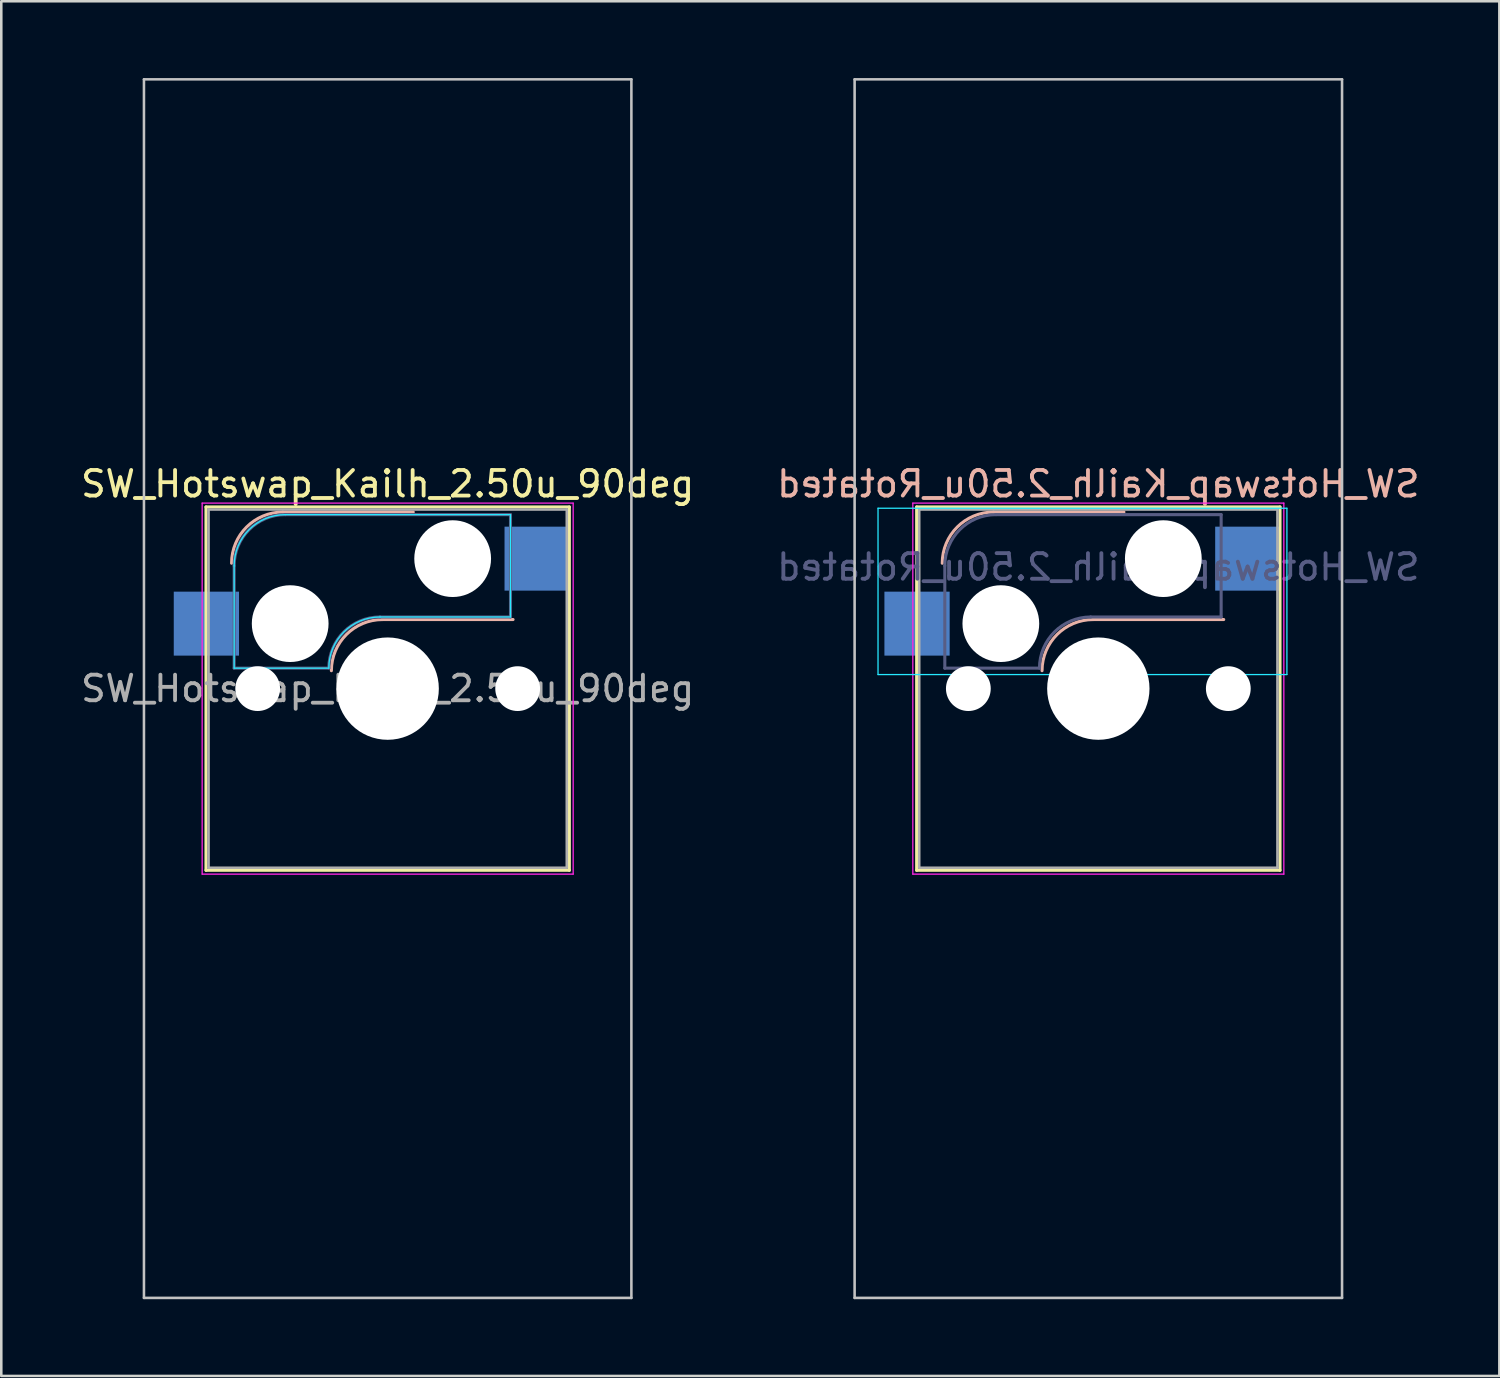
<source format=kicad_pcb>
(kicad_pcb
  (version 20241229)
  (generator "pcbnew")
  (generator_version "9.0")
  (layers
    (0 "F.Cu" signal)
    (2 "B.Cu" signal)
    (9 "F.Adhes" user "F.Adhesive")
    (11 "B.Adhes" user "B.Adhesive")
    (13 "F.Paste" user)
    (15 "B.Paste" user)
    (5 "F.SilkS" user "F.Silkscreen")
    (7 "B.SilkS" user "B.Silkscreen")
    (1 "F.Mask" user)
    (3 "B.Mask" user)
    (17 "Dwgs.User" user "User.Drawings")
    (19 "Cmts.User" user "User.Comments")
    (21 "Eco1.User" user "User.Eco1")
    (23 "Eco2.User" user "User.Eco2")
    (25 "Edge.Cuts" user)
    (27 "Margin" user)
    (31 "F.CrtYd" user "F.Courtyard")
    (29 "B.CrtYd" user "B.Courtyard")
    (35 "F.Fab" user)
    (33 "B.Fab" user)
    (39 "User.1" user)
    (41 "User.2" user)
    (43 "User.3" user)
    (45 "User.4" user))
  (footprint "SW_Hotswap_Kailh_2.50u_Rotated"
    (layer "F.Cu")
    (at 39.875 23.863)
    (property "Reference" "SW_Hotswap_Kailh_2.50u_Rotated" (at 0 -8 0) (layer "B.SilkS") (effects (font (size 1 1) (thickness 0.15)) (justify mirror)))
    (attr smd)
    (fp_line (start -7.1 -7.1) (end -7.1 7.1) (stroke (width 0.12) (type solid)) (layer "F.SilkS"))
    (fp_line (start -7.1 7.1) (end 7.1 7.1) (stroke (width 0.12) (type solid)) (layer "F.SilkS"))
    (fp_line (start 7.1 -7.1) (end -7.1 -7.1) (stroke (width 0.12) (type solid)) (layer "F.SilkS"))
    (fp_line (start 7.1 7.1) (end 7.1 -7.1) (stroke (width 0.12) (type solid)) (layer "F.SilkS"))
    (fp_line (start -4.1 -6.9) (end 1 -6.9) (stroke (width 0.12) (type solid)) (layer "B.SilkS"))
    (fp_line (start -0.2 -2.7) (end 4.9 -2.7) (stroke (width 0.12) (type solid)) (layer "B.SilkS"))
    (fp_arc (start -6.1 -4.9) (mid -5.514214 -6.314214) (end -4.1 -6.9) (stroke (width 0.12) (type solid)) (layer "B.SilkS"))
    (fp_arc (start -2.2 -0.7) (mid -1.614214 -2.114214) (end -0.2 -2.7) (stroke (width 0.12) (type solid)) (layer "B.SilkS"))
    (fp_line (start -9.525 -23.812) (end -9.525 23.812) (stroke (width 0.1) (type solid)) (layer "Dwgs.User"))
    (fp_line (start -9.525 23.812) (end 9.525 23.812) (stroke (width 0.1) (type solid)) (layer "Dwgs.User"))
    (fp_line (start 9.525 -23.812) (end -9.525 -23.812) (stroke (width 0.1) (type solid)) (layer "Dwgs.User"))
    (fp_line (start 9.525 23.812) (end 9.525 -23.812) (stroke (width 0.1) (type solid)) (layer "Dwgs.User"))
    (fp_line (start -8.61 -7.05) (end -8.61 -0.55) (stroke (width 0.05) (type solid)) (layer "B.CrtYd"))
    (fp_line (start -8.61 -0.55) (end 7.37 -0.55) (stroke (width 0.05) (type solid)) (layer "B.CrtYd"))
    (fp_line (start 7.37 -7.05) (end -8.61 -7.05) (stroke (width 0.05) (type solid)) (layer "B.CrtYd"))
    (fp_line (start 7.37 -0.55) (end 7.37 -7.05) (stroke (width 0.05) (type solid)) (layer "B.CrtYd"))
    (fp_line (start -7.25 -7.25) (end -7.25 7.25) (stroke (width 0.05) (type solid)) (layer "F.CrtYd"))
    (fp_line (start -7.25 7.25) (end 7.25 7.25) (stroke (width 0.05) (type solid)) (layer "F.CrtYd"))
    (fp_line (start 7.25 -7.25) (end -7.25 -7.25) (stroke (width 0.05) (type solid)) (layer "F.CrtYd"))
    (fp_line (start 7.25 7.25) (end 7.25 -7.25) (stroke (width 0.05) (type solid)) (layer "F.CrtYd"))
    (fp_line (start -6 -0.8) (end -6 -4.8) (stroke (width 0.12) (type solid)) (layer "B.Fab"))
    (fp_line (start -6 -0.8) (end -2.3 -0.8) (stroke (width 0.12) (type solid)) (layer "B.Fab"))
    (fp_line (start -4 -6.8) (end 4.8 -6.8) (stroke (width 0.12) (type solid)) (layer "B.Fab"))
    (fp_line (start -0.3 -2.8) (end 4.8 -2.8) (stroke (width 0.12) (type solid)) (layer "B.Fab"))
    (fp_line (start 4.8 -6.8) (end 4.8 -2.8) (stroke (width 0.12) (type solid)) (layer "B.Fab"))
    (fp_arc (start -6 -4.8) (mid -5.414214 -6.214214) (end -4 -6.8) (stroke (width 0.12) (type solid)) (layer "B.Fab"))
    (fp_arc (start -2.3 -0.8) (mid -1.714214 -2.214214) (end -0.3 -2.8) (stroke (width 0.12) (type solid)) (layer "B.Fab"))
    (fp_line (start -7 -7) (end -7 7) (stroke (width 0.1) (type solid)) (layer "F.Fab"))
    (fp_line (start -7 7) (end 7 7) (stroke (width 0.1) (type solid)) (layer "F.Fab"))
    (fp_line (start 7 -7) (end -7 -7) (stroke (width 0.1) (type solid)) (layer "F.Fab"))
    (fp_line (start 7 7) (end 7 -7) (stroke (width 0.1) (type solid)) (layer "F.Fab"))
    (fp_text user "${REFERENCE}" (at 0 -4.75 0) (layer "B.Fab") (effects (font (size 1 1) (thickness 0.15)) (justify mirror)))
    (pad "" np_thru_hole circle (at -5.08 0) (size 1.75 1.75) (drill 1.75) (layers "*.Cu" "*.Mask"))
    (pad "" np_thru_hole circle (at -3.81 -2.54) (size 3 3) (drill 3) (layers "*.Cu" "*.Mask"))
    (pad "" np_thru_hole circle (at 0 0) (size 4 4) (drill 4) (layers "*.Cu" "*.Mask"))
    (pad "" np_thru_hole circle (at 2.54 -5.08) (size 3 3) (drill 3) (layers "*.Cu" "*.Mask"))
    (pad "" np_thru_hole circle (at 5.08 0) (size 1.75 1.75) (drill 1.75) (layers "*.Cu" "*.Mask"))
    (pad "1" smd rect (at -7.085 -2.54) (size 2.55 2.5) (layers "B.Cu" "B.Mask" "B.Paste"))
    (pad "2" smd rect (at 5.842 -5.08) (size 2.55 2.5) (layers "B.Cu" "B.Mask" "B.Paste")))
  (footprint "SW_Hotswap_Kailh_2.50u_90deg"
    (layer "F.Cu")
    (at 12.101 23.863)
    (property "Reference" "SW_Hotswap_Kailh_2.50u_90deg" (at 0 -8 0) (layer "F.SilkS") (effects (font (size 1 1) (thickness 0.15))))
    (attr smd)
    (fp_line (start -7.1 -7.1) (end -7.1 7.1) (stroke (width 0.12) (type solid)) (layer "F.SilkS"))
    (fp_line (start -7.1 7.1) (end 7.1 7.1) (stroke (width 0.12) (type solid)) (layer "F.SilkS"))
    (fp_line (start 7.1 -7.1) (end -7.1 -7.1) (stroke (width 0.12) (type solid)) (layer "F.SilkS"))
    (fp_line (start 7.1 7.1) (end 7.1 -7.1) (stroke (width 0.12) (type solid)) (layer "F.SilkS"))
    (fp_line (start -4.1 -6.9) (end 1 -6.9) (stroke (width 0.12) (type solid)) (layer "B.SilkS"))
    (fp_line (start -0.2 -2.7) (end 4.9 -2.7) (stroke (width 0.12) (type solid)) (layer "B.SilkS"))
    (fp_arc (start -6.1 -4.9) (mid -5.514214 -6.314214) (end -4.1 -6.9) (stroke (width 0.12) (type solid)) (layer "B.SilkS"))
    (fp_arc (start -2.2 -0.7) (mid -1.614214 -2.114214) (end -0.2 -2.7) (stroke (width 0.12) (type solid)) (layer "B.SilkS"))
    (fp_line (start -9.525 -23.812) (end 9.525 -23.812) (stroke (width 0.1) (type solid)) (layer "Dwgs.User"))
    (fp_line (start -9.525 23.812) (end -9.525 -23.812) (stroke (width 0.1) (type solid)) (layer "Dwgs.User"))
    (fp_line (start 9.525 -23.812) (end 9.525 23.812) (stroke (width 0.1) (type solid)) (layer "Dwgs.User"))
    (fp_line (start 9.525 23.812) (end -9.525 23.812) (stroke (width 0.1) (type solid)) (layer "Dwgs.User"))
    (fp_line (start -7.8 -6) (end -7 -6) (stroke (width 0.1) (type solid)) (layer "Eco1.User"))
    (fp_line (start -7.8 -2.9) (end -7.8 -6) (stroke (width 0.1) (type solid)) (layer "Eco1.User"))
    (fp_line (start -7.8 2.9) (end -7 2.9) (stroke (width 0.1) (type solid)) (layer "Eco1.User"))
    (fp_line (start -7.8 6) (end -7.8 2.9) (stroke (width 0.1) (type solid)) (layer "Eco1.User"))
    (fp_line (start -7 -7) (end 7 -7) (stroke (width 0.1) (type solid)) (layer "Eco1.User"))
    (fp_line (start -7 -6) (end -7 -7) (stroke (width 0.1) (type solid)) (layer "Eco1.User"))
    (fp_line (start -7 -2.9) (end -7.8 -2.9) (stroke (width 0.1) (type solid)) (layer "Eco1.User"))
    (fp_line (start -7 2.9) (end -7 -2.9) (stroke (width 0.1) (type solid)) (layer "Eco1.User"))
    (fp_line (start -7 6) (end -7.8 6) (stroke (width 0.1) (type solid)) (layer "Eco1.User"))
    (fp_line (start -7 7) (end -7 6) (stroke (width 0.1) (type solid)) (layer "Eco1.User"))
    (fp_line (start 7 -7) (end 7 -6) (stroke (width 0.1) (type solid)) (layer "Eco1.User"))
    (fp_line (start 7 -6) (end 7.8 -6) (stroke (width 0.1) (type solid)) (layer "Eco1.User"))
    (fp_line (start 7 -2.9) (end 7 2.9) (stroke (width 0.1) (type solid)) (layer "Eco1.User"))
    (fp_line (start 7 2.9) (end 7.8 2.9) (stroke (width 0.1) (type solid)) (layer "Eco1.User"))
    (fp_line (start 7 6) (end 7 7) (stroke (width 0.1) (type solid)) (layer "Eco1.User"))
    (fp_line (start 7 7) (end -7 7) (stroke (width 0.1) (type solid)) (layer "Eco1.User"))
    (fp_line (start 7.8 -6) (end 7.8 -2.9) (stroke (width 0.1) (type solid)) (layer "Eco1.User"))
    (fp_line (start 7.8 -2.9) (end 7 -2.9) (stroke (width 0.1) (type solid)) (layer "Eco1.User"))
    (fp_line (start 7.8 2.9) (end 7.8 6) (stroke (width 0.1) (type solid)) (layer "Eco1.User"))
    (fp_line (start 7.8 6) (end 7 6) (stroke (width 0.1) (type solid)) (layer "Eco1.User"))
    (fp_line (start -6 -0.8) (end -6 -4.8) (stroke (width 0.05) (type solid)) (layer "B.CrtYd"))
    (fp_line (start -6 -0.8) (end -2.3 -0.8) (stroke (width 0.05) (type solid)) (layer "B.CrtYd"))
    (fp_line (start -4 -6.8) (end 4.8 -6.8) (stroke (width 0.05) (type solid)) (layer "B.CrtYd"))
    (fp_line (start -0.3 -2.8) (end 4.8 -2.8) (stroke (width 0.05) (type solid)) (layer "B.CrtYd"))
    (fp_line (start 4.8 -6.8) (end 4.8 -2.8) (stroke (width 0.05) (type solid)) (layer "B.CrtYd"))
    (fp_arc (start -6 -4.8) (mid -5.414214 -6.214214) (end -4 -6.8) (stroke (width 0.05) (type solid)) (layer "B.CrtYd"))
    (fp_arc (start -2.3 -0.8) (mid -1.714214 -2.214214) (end -0.3 -2.8) (stroke (width 0.05) (type solid)) (layer "B.CrtYd"))
    (fp_line (start -7.25 -7.25) (end -7.25 7.25) (stroke (width 0.05) (type solid)) (layer "F.CrtYd"))
    (fp_line (start -7.25 7.25) (end 7.25 7.25) (stroke (width 0.05) (type solid)) (layer "F.CrtYd"))
    (fp_line (start 7.25 -7.25) (end -7.25 -7.25) (stroke (width 0.05) (type solid)) (layer "F.CrtYd"))
    (fp_line (start 7.25 7.25) (end 7.25 -7.25) (stroke (width 0.05) (type solid)) (layer "F.CrtYd"))
    (fp_line (start -6 -0.8) (end -6 -4.8) (stroke (width 0.12) (type solid)) (layer "B.Fab"))
    (fp_line (start -6 -0.8) (end -2.3 -0.8) (stroke (width 0.12) (type solid)) (layer "B.Fab"))
    (fp_line (start -4 -6.8) (end 4.8 -6.8) (stroke (width 0.12) (type solid)) (layer "B.Fab"))
    (fp_line (start -0.3 -2.8) (end 4.8 -2.8) (stroke (width 0.12) (type solid)) (layer "B.Fab"))
    (fp_line (start 4.8 -6.8) (end 4.8 -2.8) (stroke (width 0.12) (type solid)) (layer "B.Fab"))
    (fp_arc (start -6 -4.8) (mid -5.414214 -6.214214) (end -4 -6.8) (stroke (width 0.12) (type solid)) (layer "B.Fab"))
    (fp_arc (start -2.3 -0.8) (mid -1.714214 -2.214214) (end -0.3 -2.8) (stroke (width 0.12) (type solid)) (layer "B.Fab"))
    (fp_line (start -7 -7) (end -7 7) (stroke (width 0.1) (type solid)) (layer "F.Fab"))
    (fp_line (start -7 7) (end 7 7) (stroke (width 0.1) (type solid)) (layer "F.Fab"))
    (fp_line (start 7 -7) (end -7 -7) (stroke (width 0.1) (type solid)) (layer "F.Fab"))
    (fp_line (start 7 7) (end 7 -7) (stroke (width 0.1) (type solid)) (layer "F.Fab"))
    (fp_text user "${REFERENCE}" (at 0 0 0) (layer "F.Fab") (effects (font (size 1 1) (thickness 0.15))))
    (pad "" np_thru_hole circle (at -5.08 0) (size 1.75 1.75) (drill 1.75) (layers "*.Cu" "*.Mask"))
    (pad "" np_thru_hole circle (at -3.81 -2.54) (size 3 3) (drill 3) (layers "*.Cu" "*.Mask"))
    (pad "" np_thru_hole circle (at 0 0) (size 4 4) (drill 4) (layers "*.Cu" "*.Mask"))
    (pad "" np_thru_hole circle (at 2.54 -5.08) (size 3 3) (drill 3) (layers "*.Cu" "*.Mask"))
    (pad "" np_thru_hole circle (at 5.08 0) (size 1.75 1.75) (drill 1.75) (layers "*.Cu" "*.Mask"))
    (pad "1" smd rect (at -7.085 -2.54) (size 2.55 2.5) (layers "B.Cu" "B.Mask" "B.Paste"))
    (pad "2" smd rect (at 5.842 -5.08) (size 2.55 2.5) (layers "B.Cu" "B.Mask" "B.Paste")))
  (gr_rect
    (start -3 -3)
    (end 55.548 50.725)
    (stroke (width 0.1) (type default))
    (fill no)
    (layer "Edge.Cuts")))
</source>
